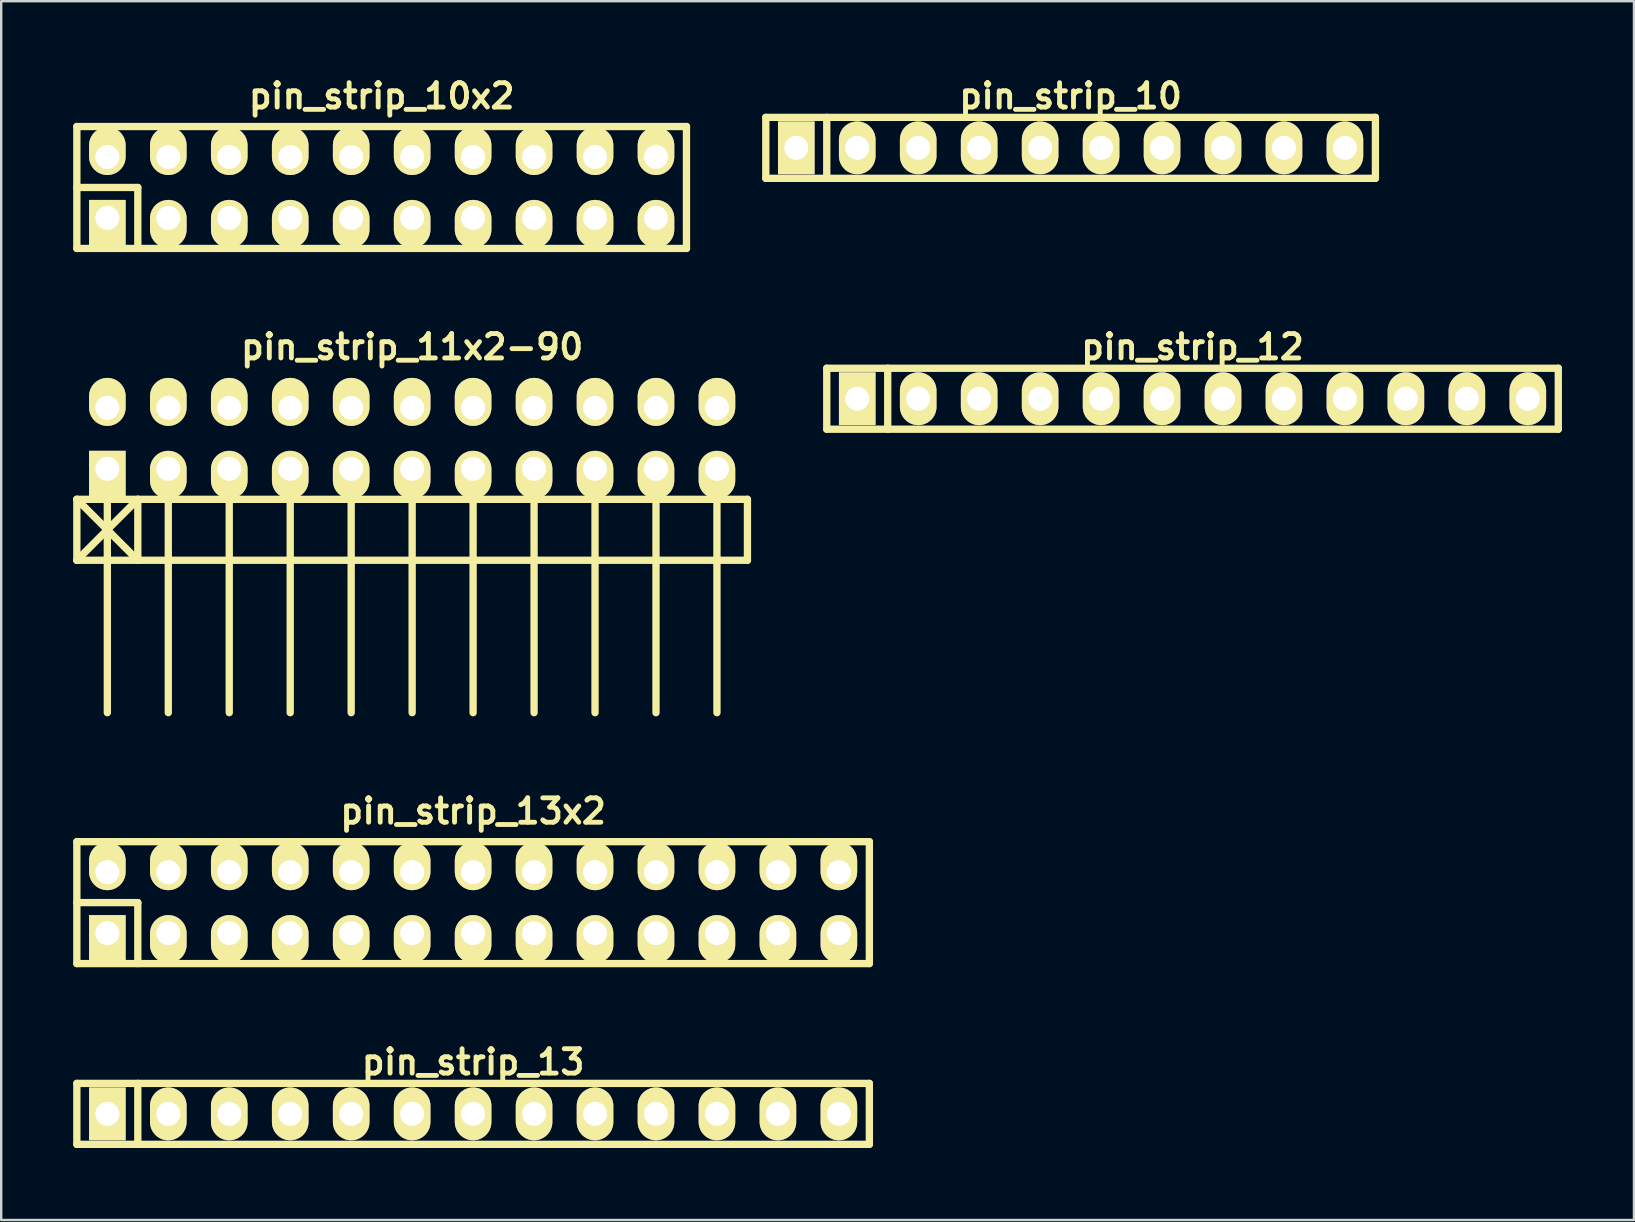
<source format=kicad_pcb>
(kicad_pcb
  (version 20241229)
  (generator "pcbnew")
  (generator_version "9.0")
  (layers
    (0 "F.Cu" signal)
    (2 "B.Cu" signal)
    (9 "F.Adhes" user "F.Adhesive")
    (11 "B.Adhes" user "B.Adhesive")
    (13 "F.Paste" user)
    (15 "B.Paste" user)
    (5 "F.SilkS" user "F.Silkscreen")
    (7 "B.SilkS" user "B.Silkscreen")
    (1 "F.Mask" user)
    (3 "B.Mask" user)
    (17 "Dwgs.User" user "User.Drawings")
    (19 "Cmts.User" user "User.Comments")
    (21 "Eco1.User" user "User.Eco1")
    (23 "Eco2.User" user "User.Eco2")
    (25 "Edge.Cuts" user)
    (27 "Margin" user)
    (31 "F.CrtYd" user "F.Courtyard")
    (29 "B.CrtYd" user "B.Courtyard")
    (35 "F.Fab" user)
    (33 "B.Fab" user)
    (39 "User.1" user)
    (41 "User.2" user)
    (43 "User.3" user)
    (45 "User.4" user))
  (footprint "pin_strip_10"
    (layer "F.Cu")
    (at 41.557 3.11)
    (property "Reference" "pin_strip_10" (at 0 -2.159 0) (layer "F.SilkS") (effects (font (size 1.016 1.016) (thickness 0.203))))
    (attr through_hole)
    (fp_line (start -12.7 -1.27) (end 12.7 -1.27) (stroke (width 0.305) (type solid)) (layer "F.SilkS"))
    (fp_line (start -12.7 1.27) (end -12.7 -1.27) (stroke (width 0.305) (type solid)) (layer "F.SilkS"))
    (fp_line (start -10.16 -1.27) (end -10.16 1.27) (stroke (width 0.305) (type solid)) (layer "F.SilkS"))
    (fp_line (start 12.7 -1.27) (end 12.7 1.27) (stroke (width 0.305) (type solid)) (layer "F.SilkS"))
    (fp_line (start 12.7 1.27) (end -12.7 1.27) (stroke (width 0.305) (type solid)) (layer "F.SilkS"))
    (pad "1" thru_hole rect (at -11.43 0) (size 1.524 2.2) (drill 1.001) (layers "*.Cu" "*.Mask" "F.SilkS"))
    (pad "2" thru_hole oval (at -8.89 0) (size 1.524 2.2) (drill 1.001) (layers "*.Cu" "*.Mask" "F.SilkS"))
    (pad "3" thru_hole oval (at -6.35 0) (size 1.524 2.2) (drill 1.001) (layers "*.Cu" "*.Mask" "F.SilkS"))
    (pad "4" thru_hole oval (at -3.81 0) (size 1.524 2.2) (drill 1.001) (layers "*.Cu" "*.Mask" "F.SilkS"))
    (pad "5" thru_hole oval (at -1.27 0) (size 1.524 2.2) (drill 1.001) (layers "*.Cu" "*.Mask" "F.SilkS"))
    (pad "6" thru_hole oval (at 1.27 0) (size 1.524 2.2) (drill 1.001) (layers "*.Cu" "*.Mask" "F.SilkS"))
    (pad "7" thru_hole oval (at 3.81 0) (size 1.524 2.2) (drill 1.001) (layers "*.Cu" "*.Mask" "F.SilkS"))
    (pad "8" thru_hole oval (at 6.35 0) (size 1.524 2.2) (drill 1.001) (layers "*.Cu" "*.Mask" "F.SilkS"))
    (pad "9" thru_hole oval (at 8.89 0) (size 1.524 2.2) (drill 1.001) (layers "*.Cu" "*.Mask" "F.SilkS"))
    (pad "10" thru_hole oval (at 11.43 0) (size 1.524 2.2) (drill 1.001) (layers "*.Cu" "*.Mask" "F.SilkS")))
  (footprint "pin_strip_12"
    (layer "F.Cu")
    (at 46.637 13.563)
    (property "Reference" "pin_strip_12" (at 0 -2.159 0) (layer "F.SilkS") (effects (font (size 1.016 1.016) (thickness 0.203))))
    (attr through_hole)
    (fp_line (start -15.24 -1.27) (end 15.24 -1.27) (stroke (width 0.305) (type solid)) (layer "F.SilkS"))
    (fp_line (start -15.24 1.27) (end -15.24 -1.27) (stroke (width 0.305) (type solid)) (layer "F.SilkS"))
    (fp_line (start -12.7 -1.27) (end -12.7 1.27) (stroke (width 0.305) (type solid)) (layer "F.SilkS"))
    (fp_line (start 15.24 -1.27) (end 15.24 1.27) (stroke (width 0.305) (type solid)) (layer "F.SilkS"))
    (fp_line (start 15.24 1.27) (end -15.24 1.27) (stroke (width 0.305) (type solid)) (layer "F.SilkS"))
    (pad "1" thru_hole rect (at -13.97 0) (size 1.524 2.2) (drill 1.001) (layers "*.Cu" "*.Mask" "F.SilkS"))
    (pad "2" thru_hole oval (at -11.43 0) (size 1.524 2.2) (drill 1.001) (layers "*.Cu" "*.Mask" "F.SilkS"))
    (pad "3" thru_hole oval (at -8.89 0) (size 1.524 2.2) (drill 1.001) (layers "*.Cu" "*.Mask" "F.SilkS"))
    (pad "4" thru_hole oval (at -6.35 0) (size 1.524 2.2) (drill 1.001) (layers "*.Cu" "*.Mask" "F.SilkS"))
    (pad "5" thru_hole oval (at -3.81 0) (size 1.524 2.2) (drill 1.001) (layers "*.Cu" "*.Mask" "F.SilkS"))
    (pad "6" thru_hole oval (at -1.27 0) (size 1.524 2.2) (drill 1.001) (layers "*.Cu" "*.Mask" "F.SilkS"))
    (pad "7" thru_hole oval (at 1.27 0) (size 1.524 2.2) (drill 1.001) (layers "*.Cu" "*.Mask" "F.SilkS"))
    (pad "8" thru_hole oval (at 3.81 0) (size 1.524 2.2) (drill 1.001) (layers "*.Cu" "*.Mask" "F.SilkS"))
    (pad "9" thru_hole oval (at 6.35 0) (size 1.524 2.2) (drill 1.001) (layers "*.Cu" "*.Mask" "F.SilkS"))
    (pad "10" thru_hole oval (at 8.89 0) (size 1.524 2.2) (drill 1.001) (layers "*.Cu" "*.Mask" "F.SilkS"))
    (pad "11" thru_hole oval (at 11.43 0) (size 1.524 2.2) (drill 1.001) (layers "*.Cu" "*.Mask" "F.SilkS"))
    (pad "12" thru_hole oval (at 13.97 0) (size 1.524 2.2) (drill 1.001) (layers "*.Cu" "*.Mask" "F.SilkS")))
  (footprint "pin_strip_11x2-90"
    (layer "F.Cu")
    (at 14.122 15.214)
    (property "Reference" "pin_strip_11x2-90" (at 0 -3.81 0) (layer "F.SilkS") (effects (font (size 1.016 1.016) (thickness 0.203))))
    (attr through_hole)
    (fp_line (start -13.97 2.54) (end -11.43 5.08) (stroke (width 0.305) (type solid)) (layer "F.SilkS"))
    (fp_line (start -13.97 2.54) (end 13.97 2.54) (stroke (width 0.305) (type solid)) (layer "F.SilkS"))
    (fp_line (start -13.97 5.08) (end -13.97 2.54) (stroke (width 0.305) (type solid)) (layer "F.SilkS"))
    (fp_line (start -12.7 1.27) (end -12.7 11.43) (stroke (width 0.305) (type solid)) (layer "F.SilkS"))
    (fp_line (start -11.43 2.54) (end -13.97 5.08) (stroke (width 0.305) (type solid)) (layer "F.SilkS"))
    (fp_line (start -11.43 5.08) (end -11.43 2.54) (stroke (width 0.305) (type solid)) (layer "F.SilkS"))
    (fp_line (start -10.16 1.27) (end -10.16 11.43) (stroke (width 0.305) (type solid)) (layer "F.SilkS"))
    (fp_line (start -7.62 11.43) (end -7.62 1.27) (stroke (width 0.305) (type solid)) (layer "F.SilkS"))
    (fp_line (start -5.08 1.27) (end -5.08 11.43) (stroke (width 0.305) (type solid)) (layer "F.SilkS"))
    (fp_line (start -2.54 1.27) (end -2.54 11.43) (stroke (width 0.305) (type solid)) (layer "F.SilkS"))
    (fp_line (start 0 1.27) (end 0 11.43) (stroke (width 0.305) (type solid)) (layer "F.SilkS"))
    (fp_line (start 2.54 1.27) (end 2.54 11.43) (stroke (width 0.305) (type solid)) (layer "F.SilkS"))
    (fp_line (start 5.08 1.27) (end 5.08 11.43) (stroke (width 0.305) (type solid)) (layer "F.SilkS"))
    (fp_line (start 7.62 1.27) (end 7.62 11.43) (stroke (width 0.305) (type solid)) (layer "F.SilkS"))
    (fp_line (start 10.16 1.27) (end 10.16 11.43) (stroke (width 0.305) (type solid)) (layer "F.SilkS"))
    (fp_line (start 12.7 1.27) (end 12.7 11.43) (stroke (width 0.305) (type solid)) (layer "F.SilkS"))
    (fp_line (start 13.97 2.54) (end 13.97 5.08) (stroke (width 0.305) (type solid)) (layer "F.SilkS"))
    (fp_line (start 13.97 5.08) (end -13.97 5.08) (stroke (width 0.305) (type solid)) (layer "F.SilkS"))
    (pad "1" thru_hole rect (at -12.7 1.27) (size 1.524 1.999) (drill 1.001 (offset 0 0.249)) (layers "*.Cu" "*.Mask" "F.SilkS"))
    (pad "2" thru_hole oval (at -12.7 -1.27) (size 1.524 1.999) (drill 1.001 (offset 0 -0.249)) (layers "*.Cu" "*.Mask" "F.SilkS"))
    (pad "3" thru_hole oval (at -10.16 1.27) (size 1.524 1.999) (drill 1.001 (offset 0 0.249)) (layers "*.Cu" "*.Mask" "F.SilkS"))
    (pad "4" thru_hole oval (at -10.16 -1.27) (size 1.524 1.999) (drill 1.001 (offset 0 -0.249)) (layers "*.Cu" "*.Mask" "F.SilkS"))
    (pad "5" thru_hole oval (at -7.62 1.27) (size 1.524 1.999) (drill 1.001 (offset 0 0.249)) (layers "*.Cu" "*.Mask" "F.SilkS"))
    (pad "6" thru_hole oval (at -7.62 -1.27) (size 1.524 1.999) (drill 1.001 (offset 0 -0.249)) (layers "*.Cu" "*.Mask" "F.SilkS"))
    (pad "7" thru_hole oval (at -5.08 1.27) (size 1.524 1.999) (drill 1.001 (offset 0 0.249)) (layers "*.Cu" "*.Mask" "F.SilkS"))
    (pad "8" thru_hole oval (at -5.08 -1.27) (size 1.524 1.999) (drill 1.001 (offset 0 -0.249)) (layers "*.Cu" "*.Mask" "F.SilkS"))
    (pad "9" thru_hole oval (at -2.54 1.27) (size 1.524 1.999) (drill 1.001 (offset 0 0.249)) (layers "*.Cu" "*.Mask" "F.SilkS"))
    (pad "10" thru_hole oval (at -2.54 -1.27) (size 1.524 1.999) (drill 1.001 (offset 0 -0.249)) (layers "*.Cu" "*.Mask" "F.SilkS"))
    (pad "11" thru_hole oval (at 0 1.27) (size 1.524 1.999) (drill 1.001 (offset 0 0.249)) (layers "*.Cu" "*.Mask" "F.SilkS"))
    (pad "12" thru_hole oval (at 0 -1.27) (size 1.524 1.999) (drill 1.001 (offset 0 -0.249)) (layers "*.Cu" "*.Mask" "F.SilkS"))
    (pad "13" thru_hole oval (at 2.54 1.27) (size 1.524 1.999) (drill 1.001 (offset 0 0.249)) (layers "*.Cu" "*.Mask" "F.SilkS"))
    (pad "14" thru_hole oval (at 2.54 -1.27) (size 1.524 1.999) (drill 1.001 (offset 0 -0.249)) (layers "*.Cu" "*.Mask" "F.SilkS"))
    (pad "15" thru_hole oval (at 5.08 1.27) (size 1.524 1.999) (drill 1.001 (offset 0 0.249)) (layers "*.Cu" "*.Mask" "F.SilkS"))
    (pad "16" thru_hole oval (at 5.08 -1.27) (size 1.524 1.999) (drill 1.001 (offset 0 -0.249)) (layers "*.Cu" "*.Mask" "F.SilkS"))
    (pad "17" thru_hole oval (at 7.62 1.27) (size 1.524 1.999) (drill 1.001 (offset 0 0.249)) (layers "*.Cu" "*.Mask" "F.SilkS"))
    (pad "18" thru_hole oval (at 7.62 -1.27) (size 1.524 1.999) (drill 1.001 (offset 0 -0.249)) (layers "*.Cu" "*.Mask" "F.SilkS"))
    (pad "19" thru_hole oval (at 10.16 1.27) (size 1.524 1.999) (drill 1.001 (offset 0 0.249)) (layers "*.Cu" "*.Mask" "F.SilkS"))
    (pad "20" thru_hole oval (at 10.16 -1.27) (size 1.524 1.999) (drill 1.001 (offset 0 -0.249)) (layers "*.Cu" "*.Mask" "F.SilkS"))
    (pad "21" thru_hole oval (at 12.7 1.27) (size 1.524 1.999) (drill 1.001 (offset 0 0.249)) (layers "*.Cu" "*.Mask" "F.SilkS"))
    (pad "22" thru_hole oval (at 12.7 -1.27) (size 1.524 1.999) (drill 1.001 (offset 0 -0.249)) (layers "*.Cu" "*.Mask" "F.SilkS")))
  (footprint "pin_strip_13x2"
    (layer "F.Cu")
    (at 16.662 34.558)
    (property "Reference" "pin_strip_13x2" (at 0 -3.81 0) (layer "F.SilkS") (effects (font (size 1.016 1.016) (thickness 0.203))))
    (attr through_hole)
    (fp_line (start -16.51 -2.54) (end -16.51 2.54) (stroke (width 0.305) (type solid)) (layer "F.SilkS"))
    (fp_line (start -16.51 -2.54) (end 16.51 -2.54) (stroke (width 0.305) (type solid)) (layer "F.SilkS"))
    (fp_line (start -16.51 0) (end -13.97 0) (stroke (width 0.305) (type solid)) (layer "F.SilkS"))
    (fp_line (start -13.97 0) (end -13.97 2.54) (stroke (width 0.305) (type solid)) (layer "F.SilkS"))
    (fp_line (start 16.51 2.54) (end -16.51 2.54) (stroke (width 0.305) (type solid)) (layer "F.SilkS"))
    (fp_line (start 16.51 2.54) (end 16.51 -2.54) (stroke (width 0.305) (type solid)) (layer "F.SilkS"))
    (pad "1" thru_hole rect (at -15.24 1.27) (size 1.524 1.999) (drill 1.001 (offset 0 0.249)) (layers "*.Cu" "*.Mask" "F.SilkS"))
    (pad "2" thru_hole oval (at -15.24 -1.27) (size 1.524 1.999) (drill 1.001 (offset 0 -0.249)) (layers "*.Cu" "*.Mask" "F.SilkS"))
    (pad "3" thru_hole oval (at -12.7 1.27) (size 1.524 1.999) (drill 1.001 (offset 0 0.249)) (layers "*.Cu" "*.Mask" "F.SilkS"))
    (pad "4" thru_hole oval (at -12.7 -1.27) (size 1.524 1.999) (drill 1.001 (offset 0 -0.249)) (layers "*.Cu" "*.Mask" "F.SilkS"))
    (pad "5" thru_hole oval (at -10.16 1.27) (size 1.524 1.999) (drill 1.001 (offset 0 0.249)) (layers "*.Cu" "*.Mask" "F.SilkS"))
    (pad "6" thru_hole oval (at -10.16 -1.27) (size 1.524 1.999) (drill 1.001 (offset 0 -0.249)) (layers "*.Cu" "*.Mask" "F.SilkS"))
    (pad "7" thru_hole oval (at -7.62 1.27) (size 1.524 1.999) (drill 1.001 (offset 0 0.249)) (layers "*.Cu" "*.Mask" "F.SilkS"))
    (pad "8" thru_hole oval (at -7.62 -1.27) (size 1.524 1.999) (drill 1.001 (offset 0 -0.249)) (layers "*.Cu" "*.Mask" "F.SilkS"))
    (pad "9" thru_hole oval (at -5.08 1.27) (size 1.524 1.999) (drill 1.001 (offset 0 0.249)) (layers "*.Cu" "*.Mask" "F.SilkS"))
    (pad "10" thru_hole oval (at -5.08 -1.27) (size 1.524 1.999) (drill 1.001 (offset 0 -0.249)) (layers "*.Cu" "*.Mask" "F.SilkS"))
    (pad "11" thru_hole oval (at -2.54 1.27) (size 1.524 1.999) (drill 1.001 (offset 0 0.249)) (layers "*.Cu" "*.Mask" "F.SilkS"))
    (pad "12" thru_hole oval (at -2.54 -1.27) (size 1.524 1.999) (drill 1.001 (offset 0 -0.249)) (layers "*.Cu" "*.Mask" "F.SilkS"))
    (pad "13" thru_hole oval (at 0 1.27) (size 1.524 1.999) (drill 1.001 (offset 0 0.249)) (layers "*.Cu" "*.Mask" "F.SilkS"))
    (pad "14" thru_hole oval (at 0 -1.27) (size 1.524 1.999) (drill 1.001 (offset 0 -0.249)) (layers "*.Cu" "*.Mask" "F.SilkS"))
    (pad "15" thru_hole oval (at 2.54 1.27) (size 1.524 1.999) (drill 1.001 (offset 0 0.249)) (layers "*.Cu" "*.Mask" "F.SilkS"))
    (pad "16" thru_hole oval (at 2.54 -1.27) (size 1.524 1.999) (drill 1.001 (offset 0 -0.249)) (layers "*.Cu" "*.Mask" "F.SilkS"))
    (pad "17" thru_hole oval (at 5.08 1.27) (size 1.524 1.999) (drill 1.001 (offset 0 0.249)) (layers "*.Cu" "*.Mask" "F.SilkS"))
    (pad "18" thru_hole oval (at 5.08 -1.27) (size 1.524 1.999) (drill 1.001 (offset 0 -0.249)) (layers "*.Cu" "*.Mask" "F.SilkS"))
    (pad "19" thru_hole oval (at 7.62 1.27) (size 1.524 1.999) (drill 1.001 (offset 0 0.249)) (layers "*.Cu" "*.Mask" "F.SilkS"))
    (pad "20" thru_hole oval (at 7.62 -1.27) (size 1.524 1.999) (drill 1.001 (offset 0 -0.249)) (layers "*.Cu" "*.Mask" "F.SilkS"))
    (pad "21" thru_hole oval (at 10.16 1.27) (size 1.524 1.999) (drill 1.001 (offset 0 0.249)) (layers "*.Cu" "*.Mask" "F.SilkS"))
    (pad "22" thru_hole oval (at 10.16 -1.27) (size 1.524 1.999) (drill 1.001 (offset 0 -0.249)) (layers "*.Cu" "*.Mask" "F.SilkS"))
    (pad "23" thru_hole oval (at 12.7 1.27) (size 1.524 1.999) (drill 1.001 (offset 0 0.249)) (layers "*.Cu" "*.Mask" "F.SilkS"))
    (pad "24" thru_hole oval (at 12.7 -1.27) (size 1.524 1.999) (drill 1.001 (offset 0 -0.249)) (layers "*.Cu" "*.Mask" "F.SilkS"))
    (pad "25" thru_hole oval (at 15.24 1.27) (size 1.524 1.999) (drill 1.001 (offset 0 0.249)) (layers "*.Cu" "*.Mask" "F.SilkS"))
    (pad "26" thru_hole oval (at 15.24 -1.27) (size 1.524 1.999) (drill 1.001 (offset 0 -0.249)) (layers "*.Cu" "*.Mask" "F.SilkS")))
  (footprint "pin_strip_10x2"
    (layer "F.Cu")
    (at 12.852 4.761)
    (property "Reference" "pin_strip_10x2" (at 0 -3.81 0) (layer "F.SilkS") (effects (font (size 1.016 1.016) (thickness 0.203))))
    (attr through_hole)
    (fp_line (start -12.7 -2.54) (end -12.7 2.54) (stroke (width 0.305) (type solid)) (layer "F.SilkS"))
    (fp_line (start -12.7 0) (end -10.16 0) (stroke (width 0.305) (type solid)) (layer "F.SilkS"))
    (fp_line (start -12.7 2.54) (end 12.7 2.54) (stroke (width 0.305) (type solid)) (layer "F.SilkS"))
    (fp_line (start -10.16 0) (end -10.16 2.54) (stroke (width 0.305) (type solid)) (layer "F.SilkS"))
    (fp_line (start 12.7 -2.54) (end -12.7 -2.54) (stroke (width 0.305) (type solid)) (layer "F.SilkS"))
    (fp_line (start 12.7 2.54) (end 12.7 -2.54) (stroke (width 0.305) (type solid)) (layer "F.SilkS"))
    (pad "1" thru_hole rect (at -11.43 1.27) (size 1.524 1.999) (drill 1.001 (offset 0 0.249)) (layers "*.Cu" "*.Mask" "F.SilkS"))
    (pad "2" thru_hole oval (at -11.43 -1.27) (size 1.524 1.999) (drill 1.001 (offset 0 -0.249)) (layers "*.Cu" "*.Mask" "F.SilkS"))
    (pad "3" thru_hole oval (at -8.89 1.27) (size 1.524 1.999) (drill 1.001 (offset 0 0.249)) (layers "*.Cu" "*.Mask" "F.SilkS"))
    (pad "4" thru_hole oval (at -8.89 -1.27) (size 1.524 1.999) (drill 1.001 (offset 0 -0.249)) (layers "*.Cu" "*.Mask" "F.SilkS"))
    (pad "5" thru_hole oval (at -6.35 1.27) (size 1.524 1.999) (drill 1.001 (offset 0 0.249)) (layers "*.Cu" "*.Mask" "F.SilkS"))
    (pad "6" thru_hole oval (at -6.35 -1.27) (size 1.524 1.999) (drill 1.001 (offset 0 -0.249)) (layers "*.Cu" "*.Mask" "F.SilkS"))
    (pad "7" thru_hole oval (at -3.81 1.27) (size 1.524 1.999) (drill 1.001 (offset 0 0.249)) (layers "*.Cu" "*.Mask" "F.SilkS"))
    (pad "8" thru_hole oval (at -3.81 -1.27) (size 1.524 1.999) (drill 1.001 (offset 0 -0.249)) (layers "*.Cu" "*.Mask" "F.SilkS"))
    (pad "9" thru_hole oval (at -1.27 1.27) (size 1.524 1.999) (drill 1.001 (offset 0 0.249)) (layers "*.Cu" "*.Mask" "F.SilkS"))
    (pad "10" thru_hole oval (at -1.27 -1.27) (size 1.524 1.999) (drill 1.001 (offset 0 -0.249)) (layers "*.Cu" "*.Mask" "F.SilkS"))
    (pad "11" thru_hole oval (at 1.27 1.27) (size 1.524 1.999) (drill 1.001 (offset 0 0.249)) (layers "*.Cu" "*.Mask" "F.SilkS"))
    (pad "12" thru_hole oval (at 1.27 -1.27) (size 1.524 1.999) (drill 1.001 (offset 0 -0.249)) (layers "*.Cu" "*.Mask" "F.SilkS"))
    (pad "13" thru_hole oval (at 3.81 1.27) (size 1.524 1.999) (drill 1.001 (offset 0 0.249)) (layers "*.Cu" "*.Mask" "F.SilkS"))
    (pad "14" thru_hole oval (at 3.81 -1.27) (size 1.524 1.999) (drill 1.001 (offset 0 -0.249)) (layers "*.Cu" "*.Mask" "F.SilkS"))
    (pad "15" thru_hole oval (at 6.35 1.27) (size 1.524 1.999) (drill 1.001 (offset 0 0.249)) (layers "*.Cu" "*.Mask" "F.SilkS"))
    (pad "16" thru_hole oval (at 6.35 -1.27) (size 1.524 1.999) (drill 1.001 (offset 0 -0.249)) (layers "*.Cu" "*.Mask" "F.SilkS"))
    (pad "17" thru_hole oval (at 8.89 1.27) (size 1.524 1.999) (drill 1.001 (offset 0 0.249)) (layers "*.Cu" "*.Mask" "F.SilkS"))
    (pad "18" thru_hole oval (at 8.89 -1.27) (size 1.524 1.999) (drill 1.001 (offset 0 -0.249)) (layers "*.Cu" "*.Mask" "F.SilkS"))
    (pad "19" thru_hole oval (at 11.43 1.27) (size 1.524 1.999) (drill 1.001 (offset 0 0.249)) (layers "*.Cu" "*.Mask" "F.SilkS"))
    (pad "20" thru_hole oval (at 11.43 -1.27) (size 1.524 1.999) (drill 1.001 (offset 0 -0.249)) (layers "*.Cu" "*.Mask" "F.SilkS")))
  (footprint "pin_strip_13"
    (layer "F.Cu")
    (at 16.662 43.36)
    (property "Reference" "pin_strip_13" (at 0 -2.159 0) (layer "F.SilkS") (effects (font (size 1.016 1.016) (thickness 0.203))))
    (attr through_hole)
    (fp_line (start -16.51 -1.27) (end 16.51 -1.27) (stroke (width 0.305) (type solid)) (layer "F.SilkS"))
    (fp_line (start -16.51 1.27) (end -16.51 -1.27) (stroke (width 0.305) (type solid)) (layer "F.SilkS"))
    (fp_line (start -13.97 -1.27) (end -13.97 1.27) (stroke (width 0.305) (type solid)) (layer "F.SilkS"))
    (fp_line (start 16.51 -1.27) (end 16.51 1.27) (stroke (width 0.305) (type solid)) (layer "F.SilkS"))
    (fp_line (start 16.51 1.27) (end -16.51 1.27) (stroke (width 0.305) (type solid)) (layer "F.SilkS"))
    (pad "1" thru_hole rect (at -15.24 0) (size 1.524 2.2) (drill 1.001) (layers "*.Cu" "*.Mask" "F.SilkS"))
    (pad "2" thru_hole oval (at -12.7 0) (size 1.524 2.2) (drill 1.001) (layers "*.Cu" "*.Mask" "F.SilkS"))
    (pad "3" thru_hole oval (at -10.16 0) (size 1.524 2.2) (drill 1.001) (layers "*.Cu" "*.Mask" "F.SilkS"))
    (pad "4" thru_hole oval (at -7.62 0) (size 1.524 2.2) (drill 1.001) (layers "*.Cu" "*.Mask" "F.SilkS"))
    (pad "5" thru_hole oval (at -5.08 0) (size 1.524 2.2) (drill 1.001) (layers "*.Cu" "*.Mask" "F.SilkS"))
    (pad "6" thru_hole oval (at -2.54 0) (size 1.524 2.2) (drill 1.001) (layers "*.Cu" "*.Mask" "F.SilkS"))
    (pad "7" thru_hole oval (at 0 0) (size 1.524 2.2) (drill 1.001) (layers "*.Cu" "*.Mask" "F.SilkS"))
    (pad "8" thru_hole oval (at 2.54 0) (size 1.524 2.2) (drill 1.001) (layers "*.Cu" "*.Mask" "F.SilkS"))
    (pad "9" thru_hole oval (at 5.08 0) (size 1.524 2.2) (drill 1.001) (layers "*.Cu" "*.Mask" "F.SilkS"))
    (pad "10" thru_hole oval (at 7.62 0) (size 1.524 2.2) (drill 1.001) (layers "*.Cu" "*.Mask" "F.SilkS"))
    (pad "11" thru_hole oval (at 10.16 0) (size 1.524 2.2) (drill 1.001) (layers "*.Cu" "*.Mask" "F.SilkS"))
    (pad "12" thru_hole oval (at 12.7 0) (size 1.524 2.2) (drill 1.001) (layers "*.Cu" "*.Mask" "F.SilkS"))
    (pad "13" thru_hole oval (at 15.24 0) (size 1.524 2.2) (drill 1.001) (layers "*.Cu" "*.Mask" "F.SilkS")))
  (gr_rect
    (start -3 -3)
    (end 65.03 47.783)
    (stroke (width 0.1) (type default))
    (fill no)
    (layer "Edge.Cuts")))
</source>
